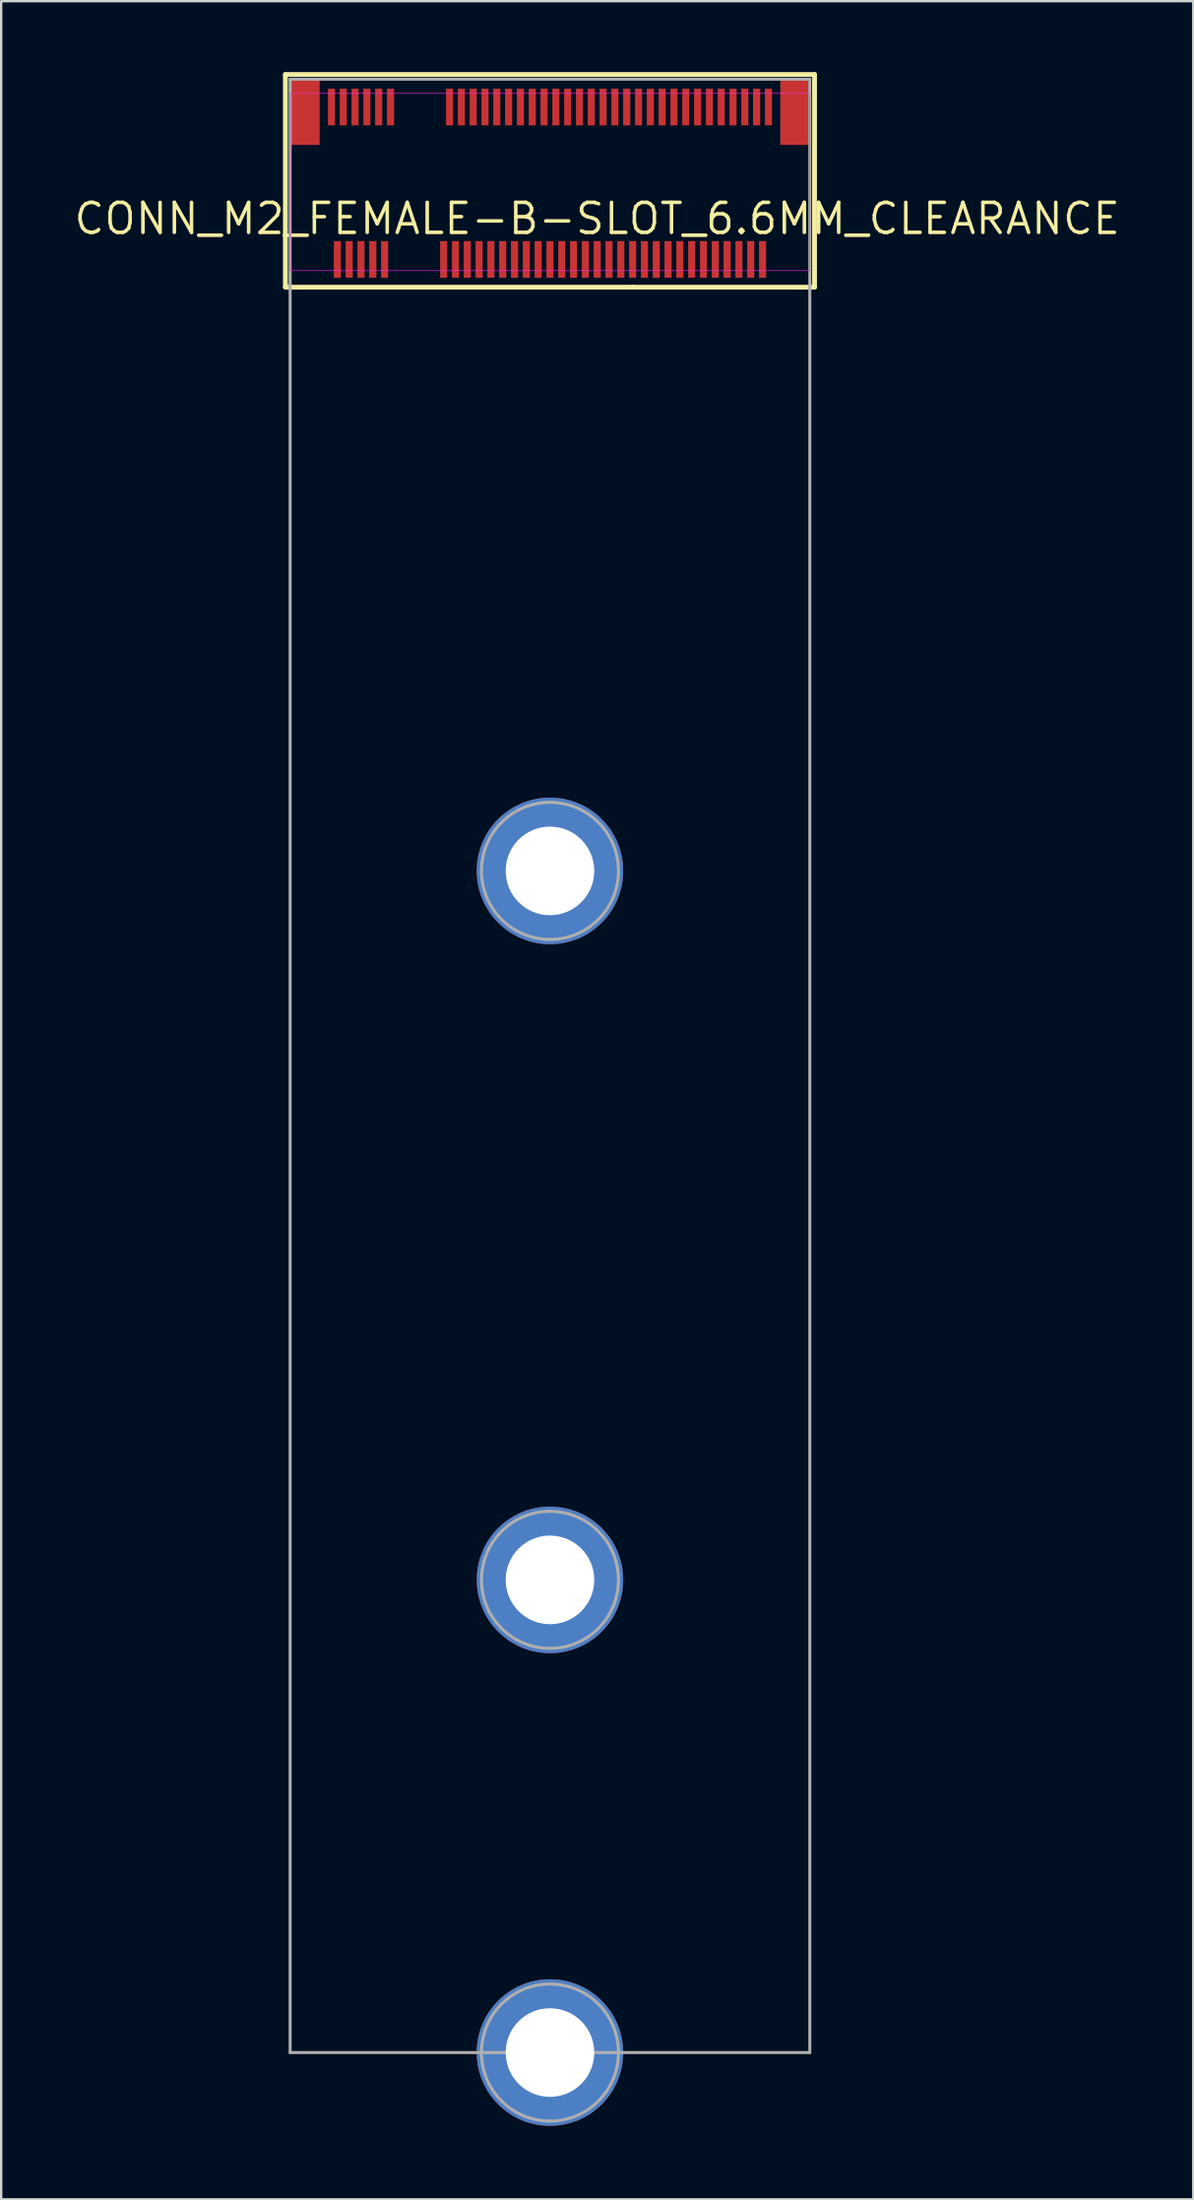
<source format=kicad_pcb>
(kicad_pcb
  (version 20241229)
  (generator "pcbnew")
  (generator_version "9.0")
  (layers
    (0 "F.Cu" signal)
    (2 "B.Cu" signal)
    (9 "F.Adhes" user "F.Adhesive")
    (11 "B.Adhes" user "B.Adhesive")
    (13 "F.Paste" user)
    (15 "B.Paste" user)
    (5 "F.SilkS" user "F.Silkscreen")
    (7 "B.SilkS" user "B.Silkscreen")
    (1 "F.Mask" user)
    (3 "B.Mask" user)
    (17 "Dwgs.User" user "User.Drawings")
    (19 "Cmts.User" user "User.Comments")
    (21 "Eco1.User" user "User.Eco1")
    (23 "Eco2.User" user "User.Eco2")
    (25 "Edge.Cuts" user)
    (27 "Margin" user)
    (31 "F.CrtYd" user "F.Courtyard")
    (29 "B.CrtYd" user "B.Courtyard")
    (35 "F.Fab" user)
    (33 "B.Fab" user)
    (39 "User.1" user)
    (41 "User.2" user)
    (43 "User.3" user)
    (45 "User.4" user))
  (footprint "CONN_M2_FEMALE-B-SLOT_6.6MM_CLEARANCE"
    (layer "F.Cu")
    (at 20.232 6.202)
    (property "Reference" "CONN_M2_FEMALE-B-SLOT_6.6MM_CLEARANCE" (at 2 0 0) (layer "F.SilkS") (effects (font (size 1.27 1.27) (thickness 0.15))))
    (fp_line (start -11.2 2.9) (end -11.2 -6.1) (stroke (width 0.203) (type solid)) (layer "F.SilkS"))
    (fp_line (start 3.5 2.9) (end -11.2 2.9) (stroke (width 0.203) (type solid)) (layer "F.SilkS"))
    (fp_line (start 3.5 2.9) (end 11.2 2.9) (stroke (width 0.203) (type solid)) (layer "F.SilkS"))
    (fp_line (start 11.2 -6.1) (end -11.2 -6.1) (stroke (width 0.203) (type solid)) (layer "F.SilkS"))
    (fp_line (start 11.2 2.9) (end 11.2 -6.1) (stroke (width 0.203) (type solid)) (layer "F.SilkS"))
    (fp_arc (start 0 27.55) (mid 0.05 27.6) (end 0 27.65) (stroke (width 0.00001) (type solid)) (layer "F.Paste"))
    (fp_arc (start 0 27.65) (mid -0.05 27.6) (end 0 27.55) (stroke (width 0.00001) (type solid)) (layer "F.Paste"))
    (fp_arc (start 0 57.54857) (mid 0.05 57.59857) (end 0 57.64857) (stroke (width 0.00001) (type solid)) (layer "F.Paste"))
    (fp_arc (start 0 57.64857) (mid -0.05 57.59857) (end 0 57.54857) (stroke (width 0.00001) (type solid)) (layer "F.Paste"))
    (fp_arc (start 0 77.55) (mid 0.05 77.6) (end 0 77.65) (stroke (width 0.00001) (type solid)) (layer "F.Paste"))
    (fp_arc (start 0 77.65) (mid -0.05 77.6) (end 0 77.55) (stroke (width 0.00001) (type solid)) (layer "F.Paste"))
    (fp_poly (pts (xy -2.003 28.238) (xy -1.898 28.505) (xy -1.757 28.754) (xy -1.584 28.982) (xy -1.382 29.184) (xy -1.154 29.357) (xy -0.905 29.498) (xy -0.638 29.603) (xy -0.5 29.64) (xy -0.5 30.811) (xy -0.684 30.78) (xy -1.043 30.681) (xy -1.389 30.541) (xy -1.717 30.363) (xy -2.022 30.148) (xy -2.3 29.9) (xy -2.548 29.622) (xy -2.763 29.317) (xy -2.941 28.989) (xy -3.081 28.643) (xy -3.18 28.284) (xy -3.211 28.1) (xy -2.04 28.1)) (stroke (width 0.00001) (type solid)) (fill yes) (layer "F.Paste"))
    (fp_poly (pts (xy -2.003 58.237) (xy -1.898 58.503) (xy -1.757 58.753) (xy -1.584 58.981) (xy -1.382 59.183) (xy -1.154 59.356) (xy -0.905 59.496) (xy -0.638 59.602) (xy -0.5 59.638) (xy -0.5 60.81) (xy -0.684 60.779) (xy -1.043 60.679) (xy -1.389 60.54) (xy -1.717 60.361) (xy -2.022 60.147) (xy -2.3 59.899) (xy -2.548 59.62) (xy -2.763 59.315) (xy -2.941 58.988) (xy -3.081 58.642) (xy -3.18 58.282) (xy -3.211 58.099) (xy -2.04 58.099)) (stroke (width 0.00001) (type solid)) (fill yes) (layer "F.Paste"))
    (fp_poly (pts (xy -2.003 78.238) (xy -1.898 78.505) (xy -1.757 78.754) (xy -1.584 78.982) (xy -1.382 79.184) (xy -1.154 79.357) (xy -0.905 79.498) (xy -0.638 79.603) (xy -0.5 79.64) (xy -0.5 80.811) (xy -0.684 80.78) (xy -1.043 80.681) (xy -1.389 80.541) (xy -1.717 80.363) (xy -2.022 80.148) (xy -2.3 79.9) (xy -2.548 79.622) (xy -2.763 79.317) (xy -2.941 78.989) (xy -3.081 78.643) (xy -3.18 78.284) (xy -3.211 78.1) (xy -2.04 78.1)) (stroke (width 0.00001) (type solid)) (fill yes) (layer "F.Paste"))
    (fp_poly (pts (xy -0.5 25.56) (xy -0.638 25.597) (xy -0.905 25.702) (xy -1.154 25.843) (xy -1.382 26.016) (xy -1.584 26.218) (xy -1.757 26.446) (xy -1.898 26.695) (xy -2.003 26.962) (xy -2.04 27.1) (xy -3.211 27.1) (xy -3.18 26.916) (xy -3.081 26.557) (xy -2.941 26.211) (xy -2.763 25.883) (xy -2.548 25.578) (xy -2.3 25.3) (xy -2.022 25.052) (xy -1.717 24.837) (xy -1.389 24.659) (xy -1.043 24.519) (xy -0.684 24.42) (xy -0.5 24.389)) (stroke (width 0.00001) (type solid)) (fill yes) (layer "F.Paste"))
    (fp_poly (pts (xy -0.5 55.559) (xy -0.638 55.595) (xy -0.905 55.701) (xy -1.154 55.841) (xy -1.382 56.014) (xy -1.584 56.217) (xy -1.757 56.445) (xy -1.898 56.694) (xy -2.003 56.96) (xy -2.04 57.099) (xy -3.211 57.099) (xy -3.18 56.915) (xy -3.081 56.555) (xy -2.941 56.209) (xy -2.763 55.882) (xy -2.548 55.577) (xy -2.3 55.299) (xy -2.022 55.05) (xy -1.717 54.836) (xy -1.389 54.657) (xy -1.043 54.518) (xy -0.684 54.419) (xy -0.5 54.387)) (stroke (width 0.00001) (type solid)) (fill yes) (layer "F.Paste"))
    (fp_poly (pts (xy -0.5 75.56) (xy -0.638 75.597) (xy -0.905 75.702) (xy -1.154 75.843) (xy -1.382 76.016) (xy -1.584 76.218) (xy -1.757 76.446) (xy -1.898 76.695) (xy -2.003 76.962) (xy -2.04 77.1) (xy -3.211 77.1) (xy -3.18 76.916) (xy -3.081 76.557) (xy -2.941 76.211) (xy -2.763 75.883) (xy -2.548 75.578) (xy -2.3 75.3) (xy -2.022 75.052) (xy -1.717 74.837) (xy -1.389 74.659) (xy -1.043 74.519) (xy -0.684 74.42) (xy -0.5 74.389)) (stroke (width 0.00001) (type solid)) (fill yes) (layer "F.Paste"))
    (fp_poly (pts (xy 0.684 24.42) (xy 1.043 24.519) (xy 1.389 24.659) (xy 1.717 24.837) (xy 2.022 25.052) (xy 2.3 25.3) (xy 2.548 25.578) (xy 2.763 25.883) (xy 2.941 26.211) (xy 3.081 26.557) (xy 3.18 26.916) (xy 3.211 27.1) (xy 3.211 27.1) (xy 2.04 27.1) (xy 2.003 26.962) (xy 1.898 26.695) (xy 1.757 26.446) (xy 1.584 26.218) (xy 1.382 26.016) (xy 1.154 25.843) (xy 0.905 25.702) (xy 0.638 25.597) (xy 0.5 25.56) (xy 0.5 25.56) (xy 0.5 24.389)) (stroke (width 0.00001) (type solid)) (fill yes) (layer "F.Paste"))
    (fp_poly (pts (xy 0.684 54.419) (xy 1.043 54.518) (xy 1.389 54.657) (xy 1.717 54.836) (xy 2.022 55.05) (xy 2.3 55.299) (xy 2.548 55.577) (xy 2.763 55.882) (xy 2.941 56.209) (xy 3.081 56.555) (xy 3.18 56.915) (xy 3.211 57.099) (xy 3.211 57.099) (xy 2.04 57.099) (xy 2.003 56.96) (xy 1.898 56.694) (xy 1.757 56.445) (xy 1.584 56.217) (xy 1.382 56.014) (xy 1.154 55.841) (xy 0.905 55.701) (xy 0.638 55.595) (xy 0.5 55.559) (xy 0.5 55.559) (xy 0.5 54.387)) (stroke (width 0.00001) (type solid)) (fill yes) (layer "F.Paste"))
    (fp_poly (pts (xy 0.684 74.42) (xy 1.043 74.519) (xy 1.389 74.659) (xy 1.717 74.837) (xy 2.022 75.052) (xy 2.3 75.3) (xy 2.548 75.578) (xy 2.763 75.883) (xy 2.941 76.211) (xy 3.081 76.557) (xy 3.18 76.916) (xy 3.211 77.1) (xy 3.211 77.1) (xy 2.04 77.1) (xy 2.003 76.962) (xy 1.898 76.695) (xy 1.757 76.446) (xy 1.584 76.218) (xy 1.382 76.016) (xy 1.154 75.843) (xy 0.905 75.702) (xy 0.638 75.597) (xy 0.5 75.56) (xy 0.5 75.56) (xy 0.5 74.389)) (stroke (width 0.00001) (type solid)) (fill yes) (layer "F.Paste"))
    (fp_poly (pts (xy 3.211 28.1) (xy 3.18 28.284) (xy 3.081 28.643) (xy 2.941 28.989) (xy 2.763 29.317) (xy 2.548 29.622) (xy 2.3 29.9) (xy 2.022 30.148) (xy 1.717 30.363) (xy 1.389 30.541) (xy 1.043 30.681) (xy 0.684 30.78) (xy 0.5 30.811) (xy 0.5 29.64) (xy 0.5 29.64) (xy 0.638 29.603) (xy 0.905 29.498) (xy 1.154 29.357) (xy 1.382 29.184) (xy 1.584 28.982) (xy 1.757 28.754) (xy 1.898 28.505) (xy 2.003 28.238) (xy 2.04 28.1) (xy 3.211 28.1)) (stroke (width 0.00001) (type solid)) (fill yes) (layer "F.Paste"))
    (fp_poly (pts (xy 3.211 58.099) (xy 3.18 58.282) (xy 3.081 58.642) (xy 2.941 58.988) (xy 2.763 59.315) (xy 2.548 59.62) (xy 2.3 59.899) (xy 2.022 60.147) (xy 1.717 60.361) (xy 1.389 60.54) (xy 1.043 60.679) (xy 0.684 60.779) (xy 0.5 60.81) (xy 0.5 59.638) (xy 0.5 59.638) (xy 0.638 59.602) (xy 0.905 59.496) (xy 1.154 59.356) (xy 1.382 59.183) (xy 1.584 58.981) (xy 1.757 58.753) (xy 1.898 58.503) (xy 2.003 58.237) (xy 2.04 58.099) (xy 3.211 58.099)) (stroke (width 0.00001) (type solid)) (fill yes) (layer "F.Paste"))
    (fp_poly (pts (xy 3.211 78.1) (xy 3.18 78.284) (xy 3.081 78.643) (xy 2.941 78.989) (xy 2.763 79.317) (xy 2.548 79.622) (xy 2.3 79.9) (xy 2.022 80.148) (xy 1.717 80.363) (xy 1.389 80.541) (xy 1.043 80.681) (xy 0.684 80.78) (xy 0.5 80.811) (xy 0.5 79.64) (xy 0.5 79.64) (xy 0.638 79.603) (xy 0.905 79.498) (xy 1.154 79.357) (xy 1.382 79.184) (xy 1.584 78.982) (xy 1.757 78.754) (xy 1.898 78.505) (xy 2.003 78.238) (xy 2.04 78.1) (xy 3.211 78.1)) (stroke (width 0.00001) (type solid)) (fill yes) (layer "F.Paste"))
    (fp_line (start -11 -5.3) (end -11 2.2) (stroke (width 0.025) (type solid)) (layer "F.CrtYd"))
    (fp_line (start -11 2.2) (end 11 2.2) (stroke (width 0.025) (type solid)) (layer "F.CrtYd"))
    (fp_line (start 11 -5.3) (end -11 -5.3) (stroke (width 0.025) (type solid)) (layer "F.CrtYd"))
    (fp_line (start 11 2.2) (end 11 -5.3) (stroke (width 0.025) (type solid)) (layer "F.CrtYd"))
    (fp_line (start -11 -5.9) (end -11 77.6) (stroke (width 0.127) (type solid)) (layer "F.Fab"))
    (fp_line (start -11 77.6) (end 11 77.6) (stroke (width 0.127) (type solid)) (layer "F.Fab"))
    (fp_line (start 11 -5.9) (end -11 -5.9) (stroke (width 0.127) (type solid)) (layer "F.Fab"))
    (fp_line (start 11 77.6) (end 11 -5.9) (stroke (width 0.127) (type solid)) (layer "F.Fab"))
    (fp_arc (start 0 24.7) (mid 2.9 27.6) (end 0 30.5) (stroke (width 0.127) (type solid)) (layer "F.Fab"))
    (fp_arc (start 0 30.5) (mid -2.9 27.6) (end 0 24.7) (stroke (width 0.127) (type solid)) (layer "F.Fab"))
    (fp_arc (start 0 54.69857) (mid 2.9 57.59857) (end 0 60.49857) (stroke (width 0.127) (type solid)) (layer "F.Fab"))
    (fp_arc (start 0 60.49857) (mid -2.9 57.59857) (end 0 54.69857) (stroke (width 0.127) (type solid)) (layer "F.Fab"))
    (fp_arc (start 0 74.7) (mid 2.9 77.6) (end 0 80.5) (stroke (width 0.127) (type solid)) (layer "F.Fab"))
    (fp_arc (start 0 80.5) (mid -2.9 77.6) (end 0 74.7) (stroke (width 0.127) (type solid)) (layer "F.Fab"))
    (pad "" np_thru_hole circle (at -10 0) (size 0.00001 0.00001) (drill 1.1) (layers "*.Cu" "*.Paste" "*.Mask"))
    (pad "" np_thru_hole circle (at 10 0) (size 0.001 0.001) (drill 1.6) (layers "*.Cu" "*.Paste" "*.Mask"))
    (pad "1" smd roundrect (at -9.25 -4.725 90) (size 1.55 0.3) (layers "F.Cu" "F.Mask" "F.Paste") (roundrect_rratio 0.033))
    (pad "2" smd roundrect (at -9 1.725 90) (size 1.55 0.3) (layers "F.Cu" "F.Mask" "F.Paste") (roundrect_rratio 0.033))
    (pad "3" smd roundrect (at -8.75 -4.725 90) (size 1.55 0.3) (layers "F.Cu" "F.Mask" "F.Paste") (roundrect_rratio 0.033))
    (pad "4" smd roundrect (at -8.5 1.725 90) (size 1.55 0.3) (layers "F.Cu" "F.Mask" "F.Paste") (roundrect_rratio 0.033))
    (pad "5" smd roundrect (at -8.25 -4.725 90) (size 1.55 0.3) (layers "F.Cu" "F.Mask" "F.Paste") (roundrect_rratio 0.033))
    (pad "6" smd roundrect (at -8 1.725 90) (size 1.55 0.3) (layers "F.Cu" "F.Mask" "F.Paste") (roundrect_rratio 0.033))
    (pad "7" smd roundrect (at -7.75 -4.725 90) (size 1.55 0.3) (layers "F.Cu" "F.Mask" "F.Paste") (roundrect_rratio 0.033))
    (pad "8" smd roundrect (at -7.5 1.725 90) (size 1.55 0.3) (layers "F.Cu" "F.Mask" "F.Paste") (roundrect_rratio 0.033))
    (pad "9" smd roundrect (at -7.25 -4.725 90) (size 1.55 0.3) (layers "F.Cu" "F.Mask" "F.Paste") (roundrect_rratio 0.033))
    (pad "10" smd roundrect (at -7 1.725 90) (size 1.55 0.3) (layers "F.Cu" "F.Mask" "F.Paste") (roundrect_rratio 0.033))
    (pad "11" smd roundrect (at -6.75 -4.725 90) (size 1.55 0.3) (layers "F.Cu" "F.Mask" "F.Paste") (roundrect_rratio 0.033))
    (pad "20" smd roundrect (at -4.5 1.725 90) (size 1.55 0.3) (layers "F.Cu" "F.Mask" "F.Paste") (roundrect_rratio 0.033))
    (pad "21" smd roundrect (at -4.25 -4.725 90) (size 1.55 0.3) (layers "F.Cu" "F.Mask" "F.Paste") (roundrect_rratio 0.033))
    (pad "22" smd roundrect (at -4 1.725 90) (size 1.55 0.3) (layers "F.Cu" "F.Mask" "F.Paste") (roundrect_rratio 0.033))
    (pad "23" smd roundrect (at -3.75 -4.725 90) (size 1.55 0.3) (layers "F.Cu" "F.Mask" "F.Paste") (roundrect_rratio 0.033))
    (pad "24" smd roundrect (at -3.5 1.725 90) (size 1.55 0.3) (layers "F.Cu" "F.Mask" "F.Paste") (roundrect_rratio 0.033))
    (pad "25" smd roundrect (at -3.25 -4.725 90) (size 1.55 0.3) (layers "F.Cu" "F.Mask" "F.Paste") (roundrect_rratio 0.033))
    (pad "26" smd roundrect (at -3 1.725 90) (size 1.55 0.3) (layers "F.Cu" "F.Mask" "F.Paste") (roundrect_rratio 0.033))
    (pad "27" smd roundrect (at -2.75 -4.725 90) (size 1.55 0.3) (layers "F.Cu" "F.Mask" "F.Paste") (roundrect_rratio 0.033))
    (pad "28" smd roundrect (at -2.5 1.725 90) (size 1.55 0.3) (layers "F.Cu" "F.Mask" "F.Paste") (roundrect_rratio 0.033))
    (pad "29" smd roundrect (at -2.25 -4.725 90) (size 1.55 0.3) (layers "F.Cu" "F.Mask" "F.Paste") (roundrect_rratio 0.033))
    (pad "30" smd roundrect (at -2 1.725 90) (size 1.55 0.3) (layers "F.Cu" "F.Mask" "F.Paste") (roundrect_rratio 0.033))
    (pad "31" smd roundrect (at -1.75 -4.725 90) (size 1.55 0.3) (layers "F.Cu" "F.Mask" "F.Paste") (roundrect_rratio 0.033))
    (pad "32" smd roundrect (at -1.5 1.725 90) (size 1.55 0.3) (layers "F.Cu" "F.Mask" "F.Paste") (roundrect_rratio 0.033))
    (pad "33" smd roundrect (at -1.25 -4.725 90) (size 1.55 0.3) (layers "F.Cu" "F.Mask" "F.Paste") (roundrect_rratio 0.033))
    (pad "34" smd roundrect (at -1 1.725 90) (size 1.55 0.3) (layers "F.Cu" "F.Mask" "F.Paste") (roundrect_rratio 0.033))
    (pad "35" smd roundrect (at -0.75 -4.725 90) (size 1.55 0.3) (layers "F.Cu" "F.Mask" "F.Paste") (roundrect_rratio 0.033))
    (pad "36" smd roundrect (at -0.5 1.725 90) (size 1.55 0.3) (layers "F.Cu" "F.Mask" "F.Paste") (roundrect_rratio 0.033))
    (pad "37" smd roundrect (at -0.25 -4.725 90) (size 1.55 0.3) (layers "F.Cu" "F.Mask" "F.Paste") (roundrect_rratio 0.033))
    (pad "38" smd roundrect (at 0 1.725 90) (size 1.55 0.3) (layers "F.Cu" "F.Mask" "F.Paste") (roundrect_rratio 0.033))
    (pad "39" smd roundrect (at 0.25 -4.725 90) (size 1.55 0.3) (layers "F.Cu" "F.Mask" "F.Paste") (roundrect_rratio 0.033))
    (pad "40" smd roundrect (at 0.5 1.725 90) (size 1.55 0.3) (layers "F.Cu" "F.Mask" "F.Paste") (roundrect_rratio 0.033))
    (pad "41" smd roundrect (at 0.75 -4.725 90) (size 1.55 0.3) (layers "F.Cu" "F.Mask" "F.Paste") (roundrect_rratio 0.033))
    (pad "42" smd roundrect (at 1 1.725 90) (size 1.55 0.3) (layers "F.Cu" "F.Mask" "F.Paste") (roundrect_rratio 0.033))
    (pad "43" smd roundrect (at 1.25 -4.725 90) (size 1.55 0.3) (layers "F.Cu" "F.Mask" "F.Paste") (roundrect_rratio 0.033))
    (pad "44" smd roundrect (at 1.5 1.725 90) (size 1.55 0.3) (layers "F.Cu" "F.Mask" "F.Paste") (roundrect_rratio 0.033))
    (pad "45" smd roundrect (at 1.75 -4.725 90) (size 1.55 0.3) (layers "F.Cu" "F.Mask" "F.Paste") (roundrect_rratio 0.033))
    (pad "46" smd roundrect (at 2 1.725 90) (size 1.55 0.3) (layers "F.Cu" "F.Mask" "F.Paste") (roundrect_rratio 0.033))
    (pad "47" smd roundrect (at 2.25 -4.725 90) (size 1.55 0.3) (layers "F.Cu" "F.Mask" "F.Paste") (roundrect_rratio 0.033))
    (pad "48" smd roundrect (at 2.5 1.725 90) (size 1.55 0.3) (layers "F.Cu" "F.Mask" "F.Paste") (roundrect_rratio 0.033))
    (pad "49" smd roundrect (at 2.75 -4.725 90) (size 1.55 0.3) (layers "F.Cu" "F.Mask" "F.Paste") (roundrect_rratio 0.033))
    (pad "50" smd roundrect (at 3 1.725 90) (size 1.55 0.3) (layers "F.Cu" "F.Mask" "F.Paste") (roundrect_rratio 0.033))
    (pad "51" smd roundrect (at 3.25 -4.725 90) (size 1.55 0.3) (layers "F.Cu" "F.Mask" "F.Paste") (roundrect_rratio 0.033))
    (pad "52" smd roundrect (at 3.5 1.725 90) (size 1.55 0.3) (layers "F.Cu" "F.Mask" "F.Paste") (roundrect_rratio 0.033))
    (pad "53" smd roundrect (at 3.75 -4.725 90) (size 1.55 0.3) (layers "F.Cu" "F.Mask" "F.Paste") (roundrect_rratio 0.033))
    (pad "54" smd roundrect (at 4 1.725 90) (size 1.55 0.3) (layers "F.Cu" "F.Mask" "F.Paste") (roundrect_rratio 0.033))
    (pad "55" smd roundrect (at 4.25 -4.725 90) (size 1.55 0.3) (layers "F.Cu" "F.Mask" "F.Paste") (roundrect_rratio 0.033))
    (pad "56" smd roundrect (at 4.5 1.725 90) (size 1.55 0.3) (layers "F.Cu" "F.Mask" "F.Paste") (roundrect_rratio 0.033))
    (pad "57" smd roundrect (at 4.75 -4.725 90) (size 1.55 0.3) (layers "F.Cu" "F.Mask" "F.Paste") (roundrect_rratio 0.033))
    (pad "58" smd roundrect (at 5 1.725 90) (size 1.55 0.3) (layers "F.Cu" "F.Mask" "F.Paste") (roundrect_rratio 0.033))
    (pad "59" smd roundrect (at 5.25 -4.725 90) (size 1.55 0.3) (layers "F.Cu" "F.Mask" "F.Paste") (roundrect_rratio 0.033))
    (pad "60" smd roundrect (at 5.5 1.725 90) (size 1.55 0.3) (layers "F.Cu" "F.Mask" "F.Paste") (roundrect_rratio 0.033))
    (pad "61" smd roundrect (at 5.75 -4.725 90) (size 1.55 0.3) (layers "F.Cu" "F.Mask" "F.Paste") (roundrect_rratio 0.033))
    (pad "62" smd roundrect (at 6 1.725 90) (size 1.55 0.3) (layers "F.Cu" "F.Mask" "F.Paste") (roundrect_rratio 0.033))
    (pad "63" smd roundrect (at 6.25 -4.725 90) (size 1.55 0.3) (layers "F.Cu" "F.Mask" "F.Paste") (roundrect_rratio 0.033))
    (pad "64" smd roundrect (at 6.5 1.725 90) (size 1.55 0.3) (layers "F.Cu" "F.Mask" "F.Paste") (roundrect_rratio 0.033))
    (pad "65" smd roundrect (at 6.75 -4.725 90) (size 1.55 0.3) (layers "F.Cu" "F.Mask" "F.Paste") (roundrect_rratio 0.033))
    (pad "66" smd roundrect (at 7 1.725 90) (size 1.55 0.3) (layers "F.Cu" "F.Mask" "F.Paste") (roundrect_rratio 0.033))
    (pad "67" smd roundrect (at 7.25 -4.725 90) (size 1.55 0.3) (layers "F.Cu" "F.Mask" "F.Paste") (roundrect_rratio 0.033))
    (pad "68" smd roundrect (at 7.5 1.725 90) (size 1.55 0.3) (layers "F.Cu" "F.Mask" "F.Paste") (roundrect_rratio 0.033))
    (pad "69" smd roundrect (at 7.75 -4.725 90) (size 1.55 0.3) (layers "F.Cu" "F.Mask" "F.Paste") (roundrect_rratio 0.033))
    (pad "70" smd roundrect (at 8 1.725 90) (size 1.55 0.3) (layers "F.Cu" "F.Mask" "F.Paste") (roundrect_rratio 0.033))
    (pad "71" smd roundrect (at 8.25 -4.725 90) (size 1.55 0.3) (layers "F.Cu" "F.Mask" "F.Paste") (roundrect_rratio 0.033))
    (pad "72" smd roundrect (at 8.5 1.725 90) (size 1.55 0.3) (layers "F.Cu" "F.Mask" "F.Paste") (roundrect_rratio 0.033))
    (pad "73" smd roundrect (at 8.75 -4.725 90) (size 1.55 0.3) (layers "F.Cu" "F.Mask" "F.Paste") (roundrect_rratio 0.033))
    (pad "74" smd roundrect (at 9 1.725 90) (size 1.55 0.3) (layers "F.Cu" "F.Mask" "F.Paste") (roundrect_rratio 0.033))
    (pad "75" smd roundrect (at 9.25 -4.725 90) (size 1.55 0.3) (layers "F.Cu" "F.Mask" "F.Paste") (roundrect_rratio 0.033))
    (pad "S1" thru_hole circle (at 0 27.6) (size 6.2 6.2) (drill 3.75) (layers "*.Cu" "*.Mask"))
    (pad "S2" thru_hole circle (at 0 57.6) (size 6.2 6.2) (drill 3.75) (layers "*.Cu" "*.Mask"))
    (pad "S3" thru_hole circle (at 0 77.6) (size 6.2 6.2) (drill 3.75) (layers "*.Cu" "*.Mask"))
    (pad "S4" smd rect (at -10.35 -4.5 90) (size 2.76 1.2) (layers "F.Cu" "F.Mask" "F.Paste"))
    (pad "S5" smd rect (at 10.35 -4.5 90) (size 2.76 1.2) (layers "F.Cu" "F.Mask" "F.Paste")))
  (gr_rect
    (start -3 -3)
    (end 47.465 90.013)
    (stroke (width 0.1) (type default))
    (fill no)
    (layer "Edge.Cuts")))
</source>
